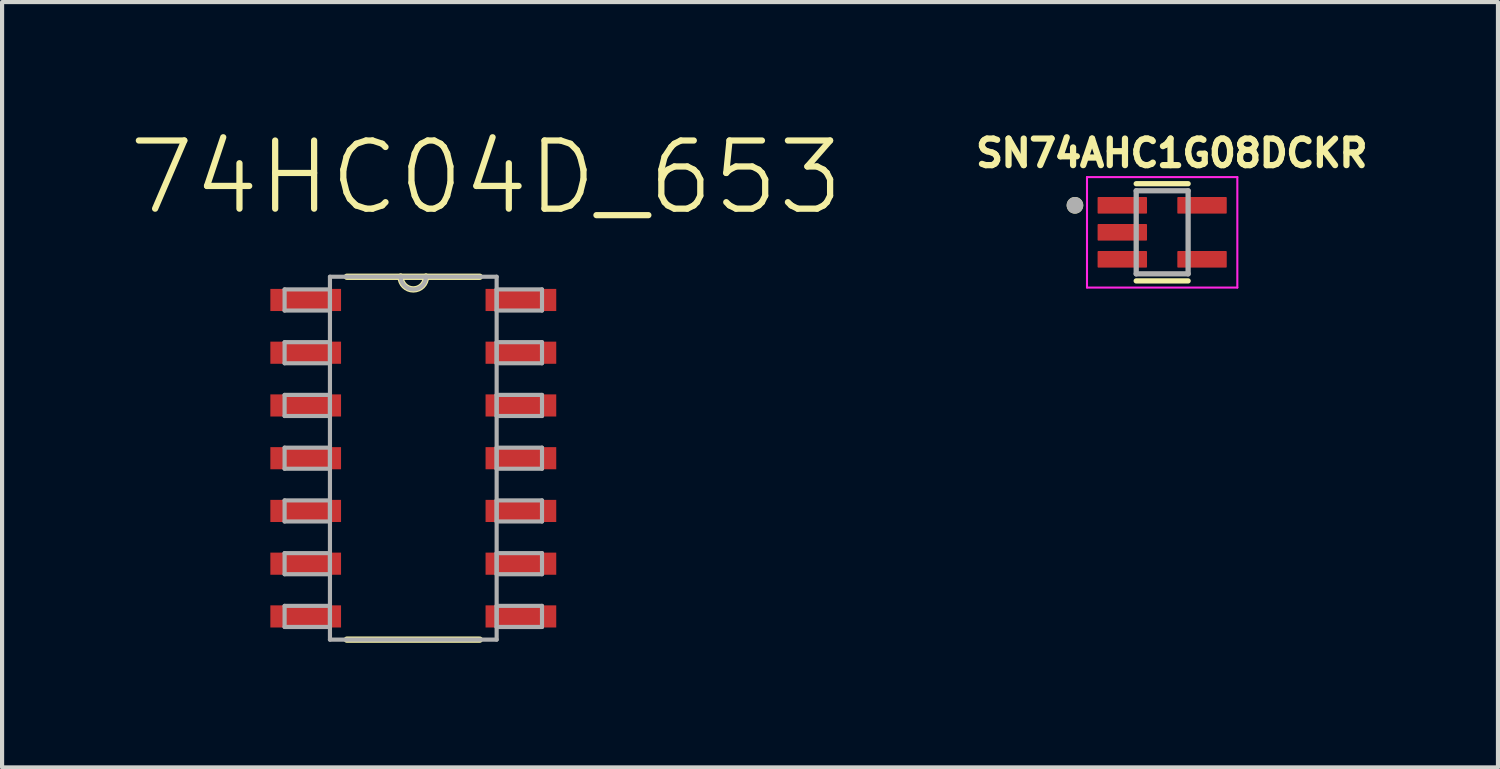
<source format=kicad_pcb>
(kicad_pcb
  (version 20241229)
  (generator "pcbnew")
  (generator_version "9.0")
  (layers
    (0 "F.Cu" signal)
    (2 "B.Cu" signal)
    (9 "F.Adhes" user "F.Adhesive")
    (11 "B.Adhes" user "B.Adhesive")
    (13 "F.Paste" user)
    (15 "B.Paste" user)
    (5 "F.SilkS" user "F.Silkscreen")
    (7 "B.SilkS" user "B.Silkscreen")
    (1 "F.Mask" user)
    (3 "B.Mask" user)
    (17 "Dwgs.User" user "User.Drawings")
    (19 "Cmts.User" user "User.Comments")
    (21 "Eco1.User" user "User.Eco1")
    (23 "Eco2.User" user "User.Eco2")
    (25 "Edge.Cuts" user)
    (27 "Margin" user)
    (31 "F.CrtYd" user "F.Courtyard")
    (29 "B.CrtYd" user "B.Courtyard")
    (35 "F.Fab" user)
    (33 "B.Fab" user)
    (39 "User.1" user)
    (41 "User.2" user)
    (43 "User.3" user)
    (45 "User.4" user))
  (footprint "SN74AHC1G08DCKR"
    (layer "F.Cu")
    (at 24.934 2.544)
    (property "Reference" "SN74AHC1G08DCKR" (at 0.232 -1.906 0) (layer "F.SilkS") (effects (font (size 0.64 0.64) (thickness 0.15))))
    (attr smd)
    (fp_line (start -0.625 -1.17) (end 0.625 -1.17) (stroke (width 0.127) (type solid)) (layer "F.SilkS"))
    (fp_line (start 0.625 1.17) (end -0.625 1.17) (stroke (width 0.127) (type solid)) (layer "F.SilkS"))
    (fp_circle (center -2.1 -0.65) (end -2 -0.65) (stroke (width 0.2) (type solid)) (fill no) (layer "F.SilkS"))
    (fp_line (start -1.81 -1.33) (end 1.81 -1.33) (stroke (width 0.05) (type solid)) (layer "F.CrtYd"))
    (fp_line (start -1.81 1.33) (end -1.81 -1.33) (stroke (width 0.05) (type solid)) (layer "F.CrtYd"))
    (fp_line (start 1.81 -1.33) (end 1.81 1.33) (stroke (width 0.05) (type solid)) (layer "F.CrtYd"))
    (fp_line (start 1.81 1.33) (end -1.81 1.33) (stroke (width 0.05) (type solid)) (layer "F.CrtYd"))
    (fp_line (start -0.625 -1) (end 0.625 -1) (stroke (width 0.127) (type solid)) (layer "F.Fab"))
    (fp_line (start -0.625 1) (end -0.625 -1) (stroke (width 0.127) (type solid)) (layer "F.Fab"))
    (fp_line (start 0.625 -1) (end 0.625 1) (stroke (width 0.127) (type solid)) (layer "F.Fab"))
    (fp_line (start 0.625 1) (end -0.625 1) (stroke (width 0.127) (type solid)) (layer "F.Fab"))
    (fp_circle (center -2.1 -0.65) (end -2 -0.65) (stroke (width 0.2) (type solid)) (fill no) (layer "F.Fab"))
    (pad "1" smd roundrect (at -0.96 -0.65) (size 1.19 0.4) (layers "F.Cu" "F.Mask" "F.Paste") (roundrect_rratio 0.05))
    (pad "2" smd roundrect (at -0.96 0) (size 1.19 0.4) (layers "F.Cu" "F.Mask" "F.Paste") (roundrect_rratio 0.05))
    (pad "3" smd roundrect (at -0.96 0.65) (size 1.19 0.4) (layers "F.Cu" "F.Mask" "F.Paste") (roundrect_rratio 0.05))
    (pad "4" smd roundrect (at 0.96 0.65) (size 1.19 0.4) (layers "F.Cu" "F.Mask" "F.Paste") (roundrect_rratio 0.05))
    (pad "5" smd roundrect (at 0.96 -0.65) (size 1.19 0.4) (layers "F.Cu" "F.Mask" "F.Paste") (roundrect_rratio 0.05)))
  (footprint "74HC04D_653"
    (layer "F.Cu")
    (at 6.902 7.983)
    (property "Reference" "74HC04D_653" (at 1.753 -6.76 0) (layer "F.SilkS") (effects (font (size 1.641 1.641) (thickness 0.15))))
    (attr smd)
    (fp_line (start -1.6 4.369) (end 1.6 4.369) (stroke (width 0.152) (type solid)) (layer "F.SilkS"))
    (fp_line (start -0.305 -4.369) (end -1.6 -4.369) (stroke (width 0.152) (type solid)) (layer "F.SilkS"))
    (fp_line (start 0.305 -4.369) (end -0.305 -4.369) (stroke (width 0.152) (type solid)) (layer "F.SilkS"))
    (fp_line (start 1.6 -4.369) (end 0.305 -4.369) (stroke (width 0.152) (type solid)) (layer "F.SilkS"))
    (fp_arc (start 0.3048 -4.3688) (mid 0 -4.064) (end -0.3048 -4.3688) (stroke (width 0.1524) (type solid)) (layer "F.SilkS"))
    (fp_line (start -3.099 -4.064) (end -3.099 -3.556) (stroke (width 0.1) (type solid)) (layer "F.Fab"))
    (fp_line (start -3.099 -3.556) (end -2.007 -3.556) (stroke (width 0.1) (type solid)) (layer "F.Fab"))
    (fp_line (start -3.099 -2.794) (end -3.099 -2.286) (stroke (width 0.1) (type solid)) (layer "F.Fab"))
    (fp_line (start -3.099 -2.286) (end -2.007 -2.286) (stroke (width 0.1) (type solid)) (layer "F.Fab"))
    (fp_line (start -3.099 -1.524) (end -3.099 -1.016) (stroke (width 0.1) (type solid)) (layer "F.Fab"))
    (fp_line (start -3.099 -1.016) (end -2.007 -1.016) (stroke (width 0.1) (type solid)) (layer "F.Fab"))
    (fp_line (start -3.099 -0.254) (end -3.099 0.254) (stroke (width 0.1) (type solid)) (layer "F.Fab"))
    (fp_line (start -3.099 0.254) (end -2.007 0.254) (stroke (width 0.1) (type solid)) (layer "F.Fab"))
    (fp_line (start -3.099 1.016) (end -3.099 1.524) (stroke (width 0.1) (type solid)) (layer "F.Fab"))
    (fp_line (start -3.099 1.524) (end -2.007 1.524) (stroke (width 0.1) (type solid)) (layer "F.Fab"))
    (fp_line (start -3.099 2.286) (end -3.099 2.794) (stroke (width 0.1) (type solid)) (layer "F.Fab"))
    (fp_line (start -3.099 2.794) (end -2.007 2.794) (stroke (width 0.1) (type solid)) (layer "F.Fab"))
    (fp_line (start -3.099 3.556) (end -3.099 4.064) (stroke (width 0.1) (type solid)) (layer "F.Fab"))
    (fp_line (start -3.099 4.064) (end -2.007 4.064) (stroke (width 0.1) (type solid)) (layer "F.Fab"))
    (fp_line (start -2.007 -4.369) (end -2.007 4.369) (stroke (width 0.1) (type solid)) (layer "F.Fab"))
    (fp_line (start -2.007 -4.064) (end -3.099 -4.064) (stroke (width 0.1) (type solid)) (layer "F.Fab"))
    (fp_line (start -2.007 -3.556) (end -2.007 -4.064) (stroke (width 0.1) (type solid)) (layer "F.Fab"))
    (fp_line (start -2.007 -2.794) (end -3.099 -2.794) (stroke (width 0.1) (type solid)) (layer "F.Fab"))
    (fp_line (start -2.007 -2.286) (end -2.007 -2.794) (stroke (width 0.1) (type solid)) (layer "F.Fab"))
    (fp_line (start -2.007 -1.524) (end -3.099 -1.524) (stroke (width 0.1) (type solid)) (layer "F.Fab"))
    (fp_line (start -2.007 -1.016) (end -2.007 -1.524) (stroke (width 0.1) (type solid)) (layer "F.Fab"))
    (fp_line (start -2.007 -0.254) (end -3.099 -0.254) (stroke (width 0.1) (type solid)) (layer "F.Fab"))
    (fp_line (start -2.007 0.254) (end -2.007 -0.254) (stroke (width 0.1) (type solid)) (layer "F.Fab"))
    (fp_line (start -2.007 1.016) (end -3.099 1.016) (stroke (width 0.1) (type solid)) (layer "F.Fab"))
    (fp_line (start -2.007 1.524) (end -2.007 1.016) (stroke (width 0.1) (type solid)) (layer "F.Fab"))
    (fp_line (start -2.007 2.286) (end -3.099 2.286) (stroke (width 0.1) (type solid)) (layer "F.Fab"))
    (fp_line (start -2.007 2.794) (end -2.007 2.286) (stroke (width 0.1) (type solid)) (layer "F.Fab"))
    (fp_line (start -2.007 3.556) (end -3.099 3.556) (stroke (width 0.1) (type solid)) (layer "F.Fab"))
    (fp_line (start -2.007 4.064) (end -2.007 3.556) (stroke (width 0.1) (type solid)) (layer "F.Fab"))
    (fp_line (start -2.007 4.369) (end 2.007 4.369) (stroke (width 0.1) (type solid)) (layer "F.Fab"))
    (fp_line (start -0.305 -4.369) (end -2.007 -4.369) (stroke (width 0.1) (type solid)) (layer "F.Fab"))
    (fp_line (start 0.305 -4.369) (end -0.305 -4.369) (stroke (width 0.1) (type solid)) (layer "F.Fab"))
    (fp_line (start 2.007 -4.369) (end 0.305 -4.369) (stroke (width 0.1) (type solid)) (layer "F.Fab"))
    (fp_line (start 2.007 -4.064) (end 2.007 -3.556) (stroke (width 0.1) (type solid)) (layer "F.Fab"))
    (fp_line (start 2.007 -3.556) (end 3.099 -3.556) (stroke (width 0.1) (type solid)) (layer "F.Fab"))
    (fp_line (start 2.007 -2.794) (end 2.007 -2.286) (stroke (width 0.1) (type solid)) (layer "F.Fab"))
    (fp_line (start 2.007 -2.286) (end 3.099 -2.286) (stroke (width 0.1) (type solid)) (layer "F.Fab"))
    (fp_line (start 2.007 -1.524) (end 2.007 -1.016) (stroke (width 0.1) (type solid)) (layer "F.Fab"))
    (fp_line (start 2.007 -1.016) (end 3.099 -1.016) (stroke (width 0.1) (type solid)) (layer "F.Fab"))
    (fp_line (start 2.007 -0.254) (end 2.007 0.254) (stroke (width 0.1) (type solid)) (layer "F.Fab"))
    (fp_line (start 2.007 0.254) (end 3.099 0.254) (stroke (width 0.1) (type solid)) (layer "F.Fab"))
    (fp_line (start 2.007 1.016) (end 2.007 1.524) (stroke (width 0.1) (type solid)) (layer "F.Fab"))
    (fp_line (start 2.007 1.524) (end 3.099 1.524) (stroke (width 0.1) (type solid)) (layer "F.Fab"))
    (fp_line (start 2.007 2.286) (end 2.007 2.794) (stroke (width 0.1) (type solid)) (layer "F.Fab"))
    (fp_line (start 2.007 2.794) (end 3.099 2.794) (stroke (width 0.1) (type solid)) (layer "F.Fab"))
    (fp_line (start 2.007 3.556) (end 2.007 4.064) (stroke (width 0.1) (type solid)) (layer "F.Fab"))
    (fp_line (start 2.007 4.064) (end 3.099 4.064) (stroke (width 0.1) (type solid)) (layer "F.Fab"))
    (fp_line (start 2.007 4.369) (end 2.007 -4.369) (stroke (width 0.1) (type solid)) (layer "F.Fab"))
    (fp_line (start 3.099 -4.064) (end 2.007 -4.064) (stroke (width 0.1) (type solid)) (layer "F.Fab"))
    (fp_line (start 3.099 -3.556) (end 3.099 -4.064) (stroke (width 0.1) (type solid)) (layer "F.Fab"))
    (fp_line (start 3.099 -2.794) (end 2.007 -2.794) (stroke (width 0.1) (type solid)) (layer "F.Fab"))
    (fp_line (start 3.099 -2.286) (end 3.099 -2.794) (stroke (width 0.1) (type solid)) (layer "F.Fab"))
    (fp_line (start 3.099 -1.524) (end 2.007 -1.524) (stroke (width 0.1) (type solid)) (layer "F.Fab"))
    (fp_line (start 3.099 -1.016) (end 3.099 -1.524) (stroke (width 0.1) (type solid)) (layer "F.Fab"))
    (fp_line (start 3.099 -0.254) (end 2.007 -0.254) (stroke (width 0.1) (type solid)) (layer "F.Fab"))
    (fp_line (start 3.099 0.254) (end 3.099 -0.254) (stroke (width 0.1) (type solid)) (layer "F.Fab"))
    (fp_line (start 3.099 1.016) (end 2.007 1.016) (stroke (width 0.1) (type solid)) (layer "F.Fab"))
    (fp_line (start 3.099 1.524) (end 3.099 1.016) (stroke (width 0.1) (type solid)) (layer "F.Fab"))
    (fp_line (start 3.099 2.286) (end 2.007 2.286) (stroke (width 0.1) (type solid)) (layer "F.Fab"))
    (fp_line (start 3.099 2.794) (end 3.099 2.286) (stroke (width 0.1) (type solid)) (layer "F.Fab"))
    (fp_line (start 3.099 3.556) (end 2.007 3.556) (stroke (width 0.1) (type solid)) (layer "F.Fab"))
    (fp_line (start 3.099 4.064) (end 3.099 3.556) (stroke (width 0.1) (type solid)) (layer "F.Fab"))
    (fp_arc (start 0.3048 -4.3688) (mid 0 -4.064) (end -0.3048 -4.3688) (stroke (width 0.1) (type solid)) (layer "F.Fab"))
    (pad "1" smd rect (at -2.591 -3.81) (size 1.702 0.533) (layers "F.Cu" "F.Mask" "F.Paste"))
    (pad "2" smd rect (at -2.591 -2.54) (size 1.702 0.533) (layers "F.Cu" "F.Mask" "F.Paste"))
    (pad "3" smd rect (at -2.591 -1.27) (size 1.702 0.533) (layers "F.Cu" "F.Mask" "F.Paste"))
    (pad "4" smd rect (at -2.591 0) (size 1.702 0.533) (layers "F.Cu" "F.Mask" "F.Paste"))
    (pad "5" smd rect (at -2.591 1.27) (size 1.702 0.533) (layers "F.Cu" "F.Mask" "F.Paste"))
    (pad "6" smd rect (at -2.591 2.54) (size 1.702 0.533) (layers "F.Cu" "F.Mask" "F.Paste"))
    (pad "7" smd rect (at -2.591 3.81) (size 1.702 0.533) (layers "F.Cu" "F.Mask" "F.Paste"))
    (pad "8" smd rect (at 2.591 3.81) (size 1.702 0.533) (layers "F.Cu" "F.Mask" "F.Paste"))
    (pad "9" smd rect (at 2.591 2.54) (size 1.702 0.533) (layers "F.Cu" "F.Mask" "F.Paste"))
    (pad "10" smd rect (at 2.591 1.27) (size 1.702 0.533) (layers "F.Cu" "F.Mask" "F.Paste"))
    (pad "11" smd rect (at 2.591 0) (size 1.702 0.533) (layers "F.Cu" "F.Mask" "F.Paste"))
    (pad "12" smd rect (at 2.591 -1.27) (size 1.702 0.533) (layers "F.Cu" "F.Mask" "F.Paste"))
    (pad "13" smd rect (at 2.591 -2.54) (size 1.702 0.533) (layers "F.Cu" "F.Mask" "F.Paste"))
    (pad "14" smd rect (at 2.591 -3.81) (size 1.702 0.533) (layers "F.Cu" "F.Mask" "F.Paste")))
  (gr_rect
    (start -3 -3)
    (end 33.02 15.428)
    (stroke (width 0.1) (type default))
    (fill no)
    (layer "Edge.Cuts")))
</source>
